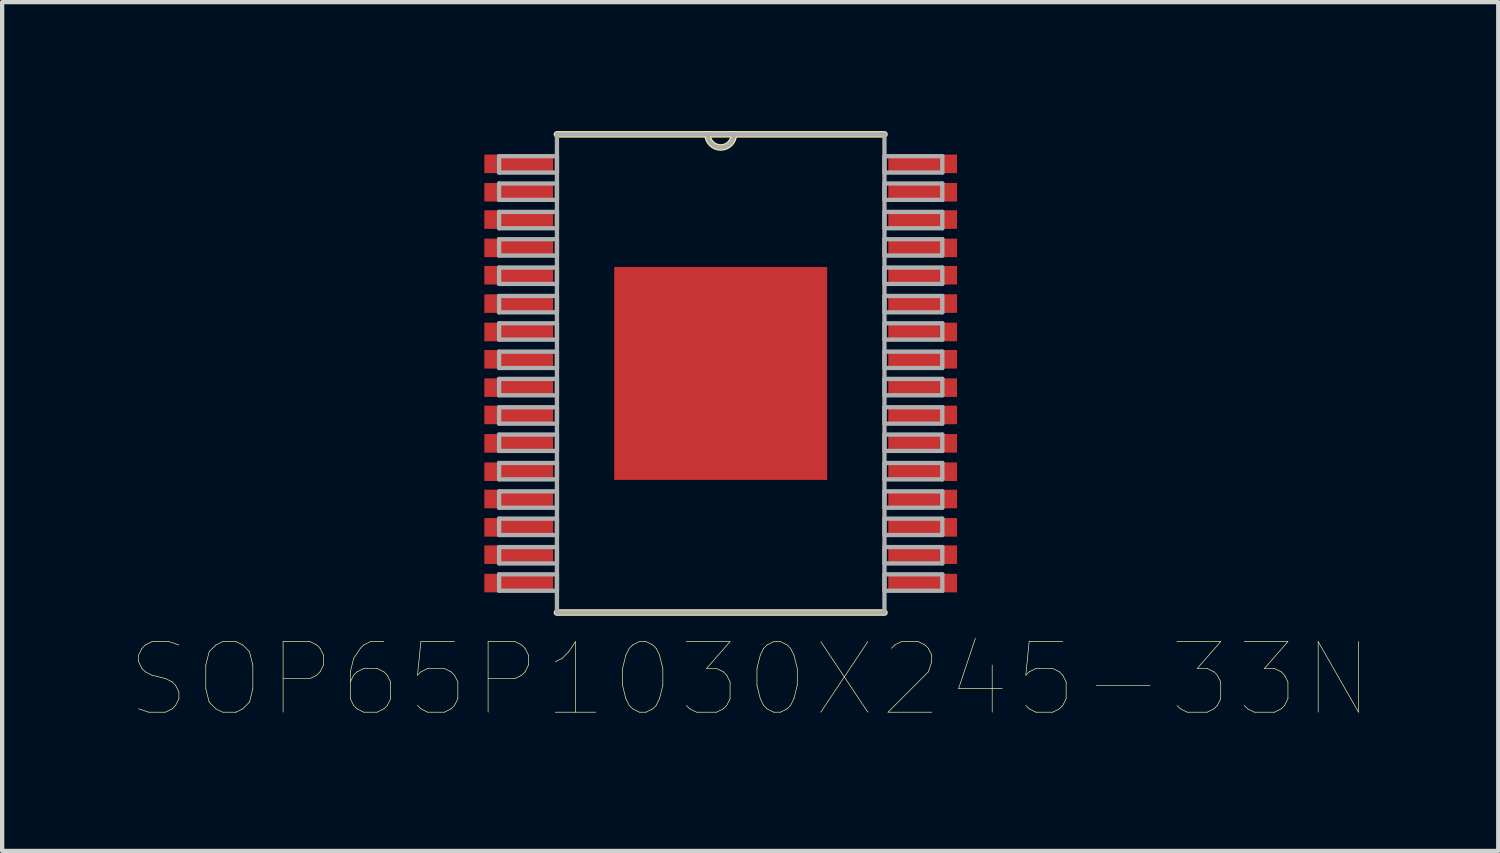
<source format=kicad_pcb>
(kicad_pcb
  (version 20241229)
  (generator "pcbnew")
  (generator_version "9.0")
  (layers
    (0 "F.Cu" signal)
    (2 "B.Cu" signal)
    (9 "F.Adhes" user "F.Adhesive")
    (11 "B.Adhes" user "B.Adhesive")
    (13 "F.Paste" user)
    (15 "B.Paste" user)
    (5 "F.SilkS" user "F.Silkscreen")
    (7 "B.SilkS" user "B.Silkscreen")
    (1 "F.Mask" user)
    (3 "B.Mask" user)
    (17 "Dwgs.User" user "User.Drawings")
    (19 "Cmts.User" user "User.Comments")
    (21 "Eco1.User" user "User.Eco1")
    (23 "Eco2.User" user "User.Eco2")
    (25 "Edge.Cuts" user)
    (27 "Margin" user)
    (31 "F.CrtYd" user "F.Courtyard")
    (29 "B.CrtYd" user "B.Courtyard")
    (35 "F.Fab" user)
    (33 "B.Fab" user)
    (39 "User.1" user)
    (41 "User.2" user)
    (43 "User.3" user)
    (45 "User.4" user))
  (footprint "SOP65P1030X245-33N"
    (layer "F.Cu")
    (at 13.718 5.639)
    (property "Reference" "SOP65P1030X245-33N" (at 0.687 7.122 0) (layer "F.SilkS") (effects (font (size 1.642 1.642) (thickness 0.015))))
    (attr through_hole)
    (fp_line (start -3.81 5.563) (end 3.81 5.563) (stroke (width 0.152) (type solid)) (layer "F.SilkS"))
    (fp_line (start -0.305 -5.563) (end -3.81 -5.563) (stroke (width 0.152) (type solid)) (layer "F.SilkS"))
    (fp_line (start 0.305 -5.563) (end -0.305 -5.563) (stroke (width 0.152) (type solid)) (layer "F.SilkS"))
    (fp_line (start 3.81 -5.563) (end 0.305 -5.563) (stroke (width 0.152) (type solid)) (layer "F.SilkS"))
    (fp_arc (start 0.3048 -5.5626) (mid 0 -5.2578) (end -0.3048 -5.5626) (stroke (width 0.1524) (type solid)) (layer "F.SilkS"))
    (fp_line (start -5.156 -5.055) (end -5.156 -4.674) (stroke (width 0.1) (type solid)) (layer "F.Fab"))
    (fp_line (start -5.156 -4.674) (end -3.81 -4.674) (stroke (width 0.1) (type solid)) (layer "F.Fab"))
    (fp_line (start -5.156 -4.42) (end -5.156 -4.039) (stroke (width 0.1) (type solid)) (layer "F.Fab"))
    (fp_line (start -5.156 -4.039) (end -3.81 -4.039) (stroke (width 0.1) (type solid)) (layer "F.Fab"))
    (fp_line (start -5.156 -3.759) (end -5.156 -3.378) (stroke (width 0.1) (type solid)) (layer "F.Fab"))
    (fp_line (start -5.156 -3.378) (end -3.81 -3.378) (stroke (width 0.1) (type solid)) (layer "F.Fab"))
    (fp_line (start -5.156 -3.124) (end -5.156 -2.743) (stroke (width 0.1) (type solid)) (layer "F.Fab"))
    (fp_line (start -5.156 -2.743) (end -3.81 -2.743) (stroke (width 0.1) (type solid)) (layer "F.Fab"))
    (fp_line (start -5.156 -2.464) (end -5.156 -2.083) (stroke (width 0.1) (type solid)) (layer "F.Fab"))
    (fp_line (start -5.156 -2.083) (end -3.81 -2.083) (stroke (width 0.1) (type solid)) (layer "F.Fab"))
    (fp_line (start -5.156 -1.803) (end -5.156 -1.422) (stroke (width 0.1) (type solid)) (layer "F.Fab"))
    (fp_line (start -5.156 -1.422) (end -3.81 -1.422) (stroke (width 0.1) (type solid)) (layer "F.Fab"))
    (fp_line (start -5.156 -1.168) (end -5.156 -0.787) (stroke (width 0.1) (type solid)) (layer "F.Fab"))
    (fp_line (start -5.156 -0.787) (end -3.81 -0.787) (stroke (width 0.1) (type solid)) (layer "F.Fab"))
    (fp_line (start -5.156 -0.508) (end -5.156 -0.127) (stroke (width 0.1) (type solid)) (layer "F.Fab"))
    (fp_line (start -5.156 -0.127) (end -3.81 -0.127) (stroke (width 0.1) (type solid)) (layer "F.Fab"))
    (fp_line (start -5.156 0.127) (end -5.156 0.508) (stroke (width 0.1) (type solid)) (layer "F.Fab"))
    (fp_line (start -5.156 0.508) (end -3.81 0.508) (stroke (width 0.1) (type solid)) (layer "F.Fab"))
    (fp_line (start -5.156 0.787) (end -5.156 1.168) (stroke (width 0.1) (type solid)) (layer "F.Fab"))
    (fp_line (start -5.156 1.168) (end -3.81 1.168) (stroke (width 0.1) (type solid)) (layer "F.Fab"))
    (fp_line (start -5.156 1.422) (end -5.156 1.803) (stroke (width 0.1) (type solid)) (layer "F.Fab"))
    (fp_line (start -5.156 1.803) (end -3.81 1.803) (stroke (width 0.1) (type solid)) (layer "F.Fab"))
    (fp_line (start -5.156 2.083) (end -5.156 2.464) (stroke (width 0.1) (type solid)) (layer "F.Fab"))
    (fp_line (start -5.156 2.464) (end -3.81 2.464) (stroke (width 0.1) (type solid)) (layer "F.Fab"))
    (fp_line (start -5.156 2.743) (end -5.156 3.124) (stroke (width 0.1) (type solid)) (layer "F.Fab"))
    (fp_line (start -5.156 3.124) (end -3.81 3.124) (stroke (width 0.1) (type solid)) (layer "F.Fab"))
    (fp_line (start -5.156 3.378) (end -5.156 3.759) (stroke (width 0.1) (type solid)) (layer "F.Fab"))
    (fp_line (start -5.156 3.759) (end -3.81 3.759) (stroke (width 0.1) (type solid)) (layer "F.Fab"))
    (fp_line (start -5.156 4.039) (end -5.156 4.42) (stroke (width 0.1) (type solid)) (layer "F.Fab"))
    (fp_line (start -5.156 4.42) (end -3.81 4.42) (stroke (width 0.1) (type solid)) (layer "F.Fab"))
    (fp_line (start -5.156 4.674) (end -5.156 5.055) (stroke (width 0.1) (type solid)) (layer "F.Fab"))
    (fp_line (start -5.156 5.055) (end -3.81 5.055) (stroke (width 0.1) (type solid)) (layer "F.Fab"))
    (fp_line (start -3.81 -5.563) (end -3.81 5.563) (stroke (width 0.1) (type solid)) (layer "F.Fab"))
    (fp_line (start -3.81 -5.055) (end -5.156 -5.055) (stroke (width 0.1) (type solid)) (layer "F.Fab"))
    (fp_line (start -3.81 -4.674) (end -3.81 -5.055) (stroke (width 0.1) (type solid)) (layer "F.Fab"))
    (fp_line (start -3.81 -4.42) (end -5.156 -4.42) (stroke (width 0.1) (type solid)) (layer "F.Fab"))
    (fp_line (start -3.81 -4.039) (end -3.81 -4.42) (stroke (width 0.1) (type solid)) (layer "F.Fab"))
    (fp_line (start -3.81 -3.759) (end -5.156 -3.759) (stroke (width 0.1) (type solid)) (layer "F.Fab"))
    (fp_line (start -3.81 -3.378) (end -3.81 -3.759) (stroke (width 0.1) (type solid)) (layer "F.Fab"))
    (fp_line (start -3.81 -3.124) (end -5.156 -3.124) (stroke (width 0.1) (type solid)) (layer "F.Fab"))
    (fp_line (start -3.81 -2.743) (end -3.81 -3.124) (stroke (width 0.1) (type solid)) (layer "F.Fab"))
    (fp_line (start -3.81 -2.464) (end -5.156 -2.464) (stroke (width 0.1) (type solid)) (layer "F.Fab"))
    (fp_line (start -3.81 -2.083) (end -3.81 -2.464) (stroke (width 0.1) (type solid)) (layer "F.Fab"))
    (fp_line (start -3.81 -1.803) (end -5.156 -1.803) (stroke (width 0.1) (type solid)) (layer "F.Fab"))
    (fp_line (start -3.81 -1.422) (end -3.81 -1.803) (stroke (width 0.1) (type solid)) (layer "F.Fab"))
    (fp_line (start -3.81 -1.168) (end -5.156 -1.168) (stroke (width 0.1) (type solid)) (layer "F.Fab"))
    (fp_line (start -3.81 -0.787) (end -3.81 -1.168) (stroke (width 0.1) (type solid)) (layer "F.Fab"))
    (fp_line (start -3.81 -0.508) (end -5.156 -0.508) (stroke (width 0.1) (type solid)) (layer "F.Fab"))
    (fp_line (start -3.81 -0.127) (end -3.81 -0.508) (stroke (width 0.1) (type solid)) (layer "F.Fab"))
    (fp_line (start -3.81 0.127) (end -5.156 0.127) (stroke (width 0.1) (type solid)) (layer "F.Fab"))
    (fp_line (start -3.81 0.508) (end -3.81 0.127) (stroke (width 0.1) (type solid)) (layer "F.Fab"))
    (fp_line (start -3.81 0.787) (end -5.156 0.787) (stroke (width 0.1) (type solid)) (layer "F.Fab"))
    (fp_line (start -3.81 1.168) (end -3.81 0.787) (stroke (width 0.1) (type solid)) (layer "F.Fab"))
    (fp_line (start -3.81 1.422) (end -5.156 1.422) (stroke (width 0.1) (type solid)) (layer "F.Fab"))
    (fp_line (start -3.81 1.803) (end -3.81 1.422) (stroke (width 0.1) (type solid)) (layer "F.Fab"))
    (fp_line (start -3.81 2.083) (end -5.156 2.083) (stroke (width 0.1) (type solid)) (layer "F.Fab"))
    (fp_line (start -3.81 2.464) (end -3.81 2.083) (stroke (width 0.1) (type solid)) (layer "F.Fab"))
    (fp_line (start -3.81 2.743) (end -5.156 2.743) (stroke (width 0.1) (type solid)) (layer "F.Fab"))
    (fp_line (start -3.81 3.124) (end -3.81 2.743) (stroke (width 0.1) (type solid)) (layer "F.Fab"))
    (fp_line (start -3.81 3.378) (end -5.156 3.378) (stroke (width 0.1) (type solid)) (layer "F.Fab"))
    (fp_line (start -3.81 3.759) (end -3.81 3.378) (stroke (width 0.1) (type solid)) (layer "F.Fab"))
    (fp_line (start -3.81 4.039) (end -5.156 4.039) (stroke (width 0.1) (type solid)) (layer "F.Fab"))
    (fp_line (start -3.81 4.42) (end -3.81 4.039) (stroke (width 0.1) (type solid)) (layer "F.Fab"))
    (fp_line (start -3.81 4.674) (end -5.156 4.674) (stroke (width 0.1) (type solid)) (layer "F.Fab"))
    (fp_line (start -3.81 5.055) (end -3.81 4.674) (stroke (width 0.1) (type solid)) (layer "F.Fab"))
    (fp_line (start -3.81 5.563) (end 3.81 5.563) (stroke (width 0.1) (type solid)) (layer "F.Fab"))
    (fp_line (start -0.305 -5.563) (end -3.81 -5.563) (stroke (width 0.1) (type solid)) (layer "F.Fab"))
    (fp_line (start 0.305 -5.563) (end -0.305 -5.563) (stroke (width 0.1) (type solid)) (layer "F.Fab"))
    (fp_line (start 3.81 -5.563) (end 0.305 -5.563) (stroke (width 0.1) (type solid)) (layer "F.Fab"))
    (fp_line (start 3.81 -5.055) (end 3.81 -4.674) (stroke (width 0.1) (type solid)) (layer "F.Fab"))
    (fp_line (start 3.81 -4.674) (end 5.156 -4.674) (stroke (width 0.1) (type solid)) (layer "F.Fab"))
    (fp_line (start 3.81 -4.42) (end 3.81 -4.039) (stroke (width 0.1) (type solid)) (layer "F.Fab"))
    (fp_line (start 3.81 -4.039) (end 5.156 -4.039) (stroke (width 0.1) (type solid)) (layer "F.Fab"))
    (fp_line (start 3.81 -3.759) (end 3.81 -3.378) (stroke (width 0.1) (type solid)) (layer "F.Fab"))
    (fp_line (start 3.81 -3.378) (end 5.156 -3.378) (stroke (width 0.1) (type solid)) (layer "F.Fab"))
    (fp_line (start 3.81 -3.124) (end 3.81 -2.743) (stroke (width 0.1) (type solid)) (layer "F.Fab"))
    (fp_line (start 3.81 -2.743) (end 5.156 -2.743) (stroke (width 0.1) (type solid)) (layer "F.Fab"))
    (fp_line (start 3.81 -2.464) (end 3.81 -2.083) (stroke (width 0.1) (type solid)) (layer "F.Fab"))
    (fp_line (start 3.81 -2.083) (end 5.156 -2.083) (stroke (width 0.1) (type solid)) (layer "F.Fab"))
    (fp_line (start 3.81 -1.803) (end 3.81 -1.422) (stroke (width 0.1) (type solid)) (layer "F.Fab"))
    (fp_line (start 3.81 -1.422) (end 5.156 -1.422) (stroke (width 0.1) (type solid)) (layer "F.Fab"))
    (fp_line (start 3.81 -1.168) (end 3.81 -0.787) (stroke (width 0.1) (type solid)) (layer "F.Fab"))
    (fp_line (start 3.81 -0.787) (end 5.156 -0.787) (stroke (width 0.1) (type solid)) (layer "F.Fab"))
    (fp_line (start 3.81 -0.508) (end 3.81 -0.127) (stroke (width 0.1) (type solid)) (layer "F.Fab"))
    (fp_line (start 3.81 -0.127) (end 5.156 -0.127) (stroke (width 0.1) (type solid)) (layer "F.Fab"))
    (fp_line (start 3.81 0.127) (end 3.81 0.508) (stroke (width 0.1) (type solid)) (layer "F.Fab"))
    (fp_line (start 3.81 0.508) (end 5.156 0.508) (stroke (width 0.1) (type solid)) (layer "F.Fab"))
    (fp_line (start 3.81 0.787) (end 3.81 1.168) (stroke (width 0.1) (type solid)) (layer "F.Fab"))
    (fp_line (start 3.81 1.168) (end 5.156 1.168) (stroke (width 0.1) (type solid)) (layer "F.Fab"))
    (fp_line (start 3.81 1.422) (end 3.81 1.803) (stroke (width 0.1) (type solid)) (layer "F.Fab"))
    (fp_line (start 3.81 1.803) (end 5.156 1.803) (stroke (width 0.1) (type solid)) (layer "F.Fab"))
    (fp_line (start 3.81 2.083) (end 3.81 2.464) (stroke (width 0.1) (type solid)) (layer "F.Fab"))
    (fp_line (start 3.81 2.464) (end 5.156 2.464) (stroke (width 0.1) (type solid)) (layer "F.Fab"))
    (fp_line (start 3.81 2.743) (end 3.81 3.124) (stroke (width 0.1) (type solid)) (layer "F.Fab"))
    (fp_line (start 3.81 3.124) (end 5.156 3.124) (stroke (width 0.1) (type solid)) (layer "F.Fab"))
    (fp_line (start 3.81 3.378) (end 3.81 3.759) (stroke (width 0.1) (type solid)) (layer "F.Fab"))
    (fp_line (start 3.81 3.759) (end 5.156 3.759) (stroke (width 0.1) (type solid)) (layer "F.Fab"))
    (fp_line (start 3.81 4.039) (end 3.81 4.42) (stroke (width 0.1) (type solid)) (layer "F.Fab"))
    (fp_line (start 3.81 4.42) (end 5.156 4.42) (stroke (width 0.1) (type solid)) (layer "F.Fab"))
    (fp_line (start 3.81 4.674) (end 3.81 5.055) (stroke (width 0.1) (type solid)) (layer "F.Fab"))
    (fp_line (start 3.81 5.055) (end 5.156 5.055) (stroke (width 0.1) (type solid)) (layer "F.Fab"))
    (fp_line (start 3.81 5.563) (end 3.81 -5.563) (stroke (width 0.1) (type solid)) (layer "F.Fab"))
    (fp_line (start 5.156 -5.055) (end 3.81 -5.055) (stroke (width 0.1) (type solid)) (layer "F.Fab"))
    (fp_line (start 5.156 -4.674) (end 5.156 -5.055) (stroke (width 0.1) (type solid)) (layer "F.Fab"))
    (fp_line (start 5.156 -4.42) (end 3.81 -4.42) (stroke (width 0.1) (type solid)) (layer "F.Fab"))
    (fp_line (start 5.156 -4.039) (end 5.156 -4.42) (stroke (width 0.1) (type solid)) (layer "F.Fab"))
    (fp_line (start 5.156 -3.759) (end 3.81 -3.759) (stroke (width 0.1) (type solid)) (layer "F.Fab"))
    (fp_line (start 5.156 -3.378) (end 5.156 -3.759) (stroke (width 0.1) (type solid)) (layer "F.Fab"))
    (fp_line (start 5.156 -3.124) (end 3.81 -3.124) (stroke (width 0.1) (type solid)) (layer "F.Fab"))
    (fp_line (start 5.156 -2.743) (end 5.156 -3.124) (stroke (width 0.1) (type solid)) (layer "F.Fab"))
    (fp_line (start 5.156 -2.464) (end 3.81 -2.464) (stroke (width 0.1) (type solid)) (layer "F.Fab"))
    (fp_line (start 5.156 -2.083) (end 5.156 -2.464) (stroke (width 0.1) (type solid)) (layer "F.Fab"))
    (fp_line (start 5.156 -1.803) (end 3.81 -1.803) (stroke (width 0.1) (type solid)) (layer "F.Fab"))
    (fp_line (start 5.156 -1.422) (end 5.156 -1.803) (stroke (width 0.1) (type solid)) (layer "F.Fab"))
    (fp_line (start 5.156 -1.168) (end 3.81 -1.168) (stroke (width 0.1) (type solid)) (layer "F.Fab"))
    (fp_line (start 5.156 -0.787) (end 5.156 -1.168) (stroke (width 0.1) (type solid)) (layer "F.Fab"))
    (fp_line (start 5.156 -0.508) (end 3.81 -0.508) (stroke (width 0.1) (type solid)) (layer "F.Fab"))
    (fp_line (start 5.156 -0.127) (end 5.156 -0.508) (stroke (width 0.1) (type solid)) (layer "F.Fab"))
    (fp_line (start 5.156 0.127) (end 3.81 0.127) (stroke (width 0.1) (type solid)) (layer "F.Fab"))
    (fp_line (start 5.156 0.508) (end 5.156 0.127) (stroke (width 0.1) (type solid)) (layer "F.Fab"))
    (fp_line (start 5.156 0.787) (end 3.81 0.787) (stroke (width 0.1) (type solid)) (layer "F.Fab"))
    (fp_line (start 5.156 1.168) (end 5.156 0.787) (stroke (width 0.1) (type solid)) (layer "F.Fab"))
    (fp_line (start 5.156 1.422) (end 3.81 1.422) (stroke (width 0.1) (type solid)) (layer "F.Fab"))
    (fp_line (start 5.156 1.803) (end 5.156 1.422) (stroke (width 0.1) (type solid)) (layer "F.Fab"))
    (fp_line (start 5.156 2.083) (end 3.81 2.083) (stroke (width 0.1) (type solid)) (layer "F.Fab"))
    (fp_line (start 5.156 2.464) (end 5.156 2.083) (stroke (width 0.1) (type solid)) (layer "F.Fab"))
    (fp_line (start 5.156 2.743) (end 3.81 2.743) (stroke (width 0.1) (type solid)) (layer "F.Fab"))
    (fp_line (start 5.156 3.124) (end 5.156 2.743) (stroke (width 0.1) (type solid)) (layer "F.Fab"))
    (fp_line (start 5.156 3.378) (end 3.81 3.378) (stroke (width 0.1) (type solid)) (layer "F.Fab"))
    (fp_line (start 5.156 3.759) (end 5.156 3.378) (stroke (width 0.1) (type solid)) (layer "F.Fab"))
    (fp_line (start 5.156 4.039) (end 3.81 4.039) (stroke (width 0.1) (type solid)) (layer "F.Fab"))
    (fp_line (start 5.156 4.42) (end 5.156 4.039) (stroke (width 0.1) (type solid)) (layer "F.Fab"))
    (fp_line (start 5.156 4.674) (end 3.81 4.674) (stroke (width 0.1) (type solid)) (layer "F.Fab"))
    (fp_line (start 5.156 5.055) (end 5.156 4.674) (stroke (width 0.1) (type solid)) (layer "F.Fab"))
    (fp_arc (start 0.3048 -5.5626) (mid 0 -5.2578) (end -0.3048 -5.5626) (stroke (width 0.1) (type solid)) (layer "F.Fab"))
    (pad "1" smd rect (at -4.699 -4.877) (size 1.6 0.432) (layers "F.Cu" "F.Mask" "F.Paste"))
    (pad "2" smd rect (at -4.699 -4.216) (size 1.6 0.432) (layers "F.Cu" "F.Mask" "F.Paste"))
    (pad "3" smd rect (at -4.699 -3.581) (size 1.6 0.432) (layers "F.Cu" "F.Mask" "F.Paste"))
    (pad "4" smd rect (at -4.699 -2.921) (size 1.6 0.432) (layers "F.Cu" "F.Mask" "F.Paste"))
    (pad "5" smd rect (at -4.699 -2.286) (size 1.6 0.432) (layers "F.Cu" "F.Mask" "F.Paste"))
    (pad "6" smd rect (at -4.699 -1.626) (size 1.6 0.432) (layers "F.Cu" "F.Mask" "F.Paste"))
    (pad "7" smd rect (at -4.699 -0.965) (size 1.6 0.432) (layers "F.Cu" "F.Mask" "F.Paste"))
    (pad "8" smd rect (at -4.699 -0.33) (size 1.6 0.432) (layers "F.Cu" "F.Mask" "F.Paste"))
    (pad "9" smd rect (at -4.699 0.33) (size 1.6 0.432) (layers "F.Cu" "F.Mask" "F.Paste"))
    (pad "10" smd rect (at -4.699 0.965) (size 1.6 0.432) (layers "F.Cu" "F.Mask" "F.Paste"))
    (pad "11" smd rect (at -4.699 1.626) (size 1.6 0.432) (layers "F.Cu" "F.Mask" "F.Paste"))
    (pad "12" smd rect (at -4.699 2.286) (size 1.6 0.432) (layers "F.Cu" "F.Mask" "F.Paste"))
    (pad "13" smd rect (at -4.699 2.921) (size 1.6 0.432) (layers "F.Cu" "F.Mask" "F.Paste"))
    (pad "14" smd rect (at -4.699 3.581) (size 1.6 0.432) (layers "F.Cu" "F.Mask" "F.Paste"))
    (pad "15" smd rect (at -4.699 4.216) (size 1.6 0.432) (layers "F.Cu" "F.Mask" "F.Paste"))
    (pad "16" smd rect (at -4.699 4.877) (size 1.6 0.432) (layers "F.Cu" "F.Mask" "F.Paste"))
    (pad "17" smd rect (at 4.699 4.877) (size 1.6 0.432) (layers "F.Cu" "F.Mask" "F.Paste"))
    (pad "18" smd rect (at 4.699 4.216) (size 1.6 0.432) (layers "F.Cu" "F.Mask" "F.Paste"))
    (pad "19" smd rect (at 4.699 3.581) (size 1.6 0.432) (layers "F.Cu" "F.Mask" "F.Paste"))
    (pad "20" smd rect (at 4.699 2.921) (size 1.6 0.432) (layers "F.Cu" "F.Mask" "F.Paste"))
    (pad "21" smd rect (at 4.699 2.286) (size 1.6 0.432) (layers "F.Cu" "F.Mask" "F.Paste"))
    (pad "22" smd rect (at 4.699 1.626) (size 1.6 0.432) (layers "F.Cu" "F.Mask" "F.Paste"))
    (pad "23" smd rect (at 4.699 0.965) (size 1.6 0.432) (layers "F.Cu" "F.Mask" "F.Paste"))
    (pad "24" smd rect (at 4.699 0.33) (size 1.6 0.432) (layers "F.Cu" "F.Mask" "F.Paste"))
    (pad "25" smd rect (at 4.699 -0.33) (size 1.6 0.432) (layers "F.Cu" "F.Mask" "F.Paste"))
    (pad "26" smd rect (at 4.699 -0.965) (size 1.6 0.432) (layers "F.Cu" "F.Mask" "F.Paste"))
    (pad "27" smd rect (at 4.699 -1.626) (size 1.6 0.432) (layers "F.Cu" "F.Mask" "F.Paste"))
    (pad "28" smd rect (at 4.699 -2.286) (size 1.6 0.432) (layers "F.Cu" "F.Mask" "F.Paste"))
    (pad "29" smd rect (at 4.699 -2.921) (size 1.6 0.432) (layers "F.Cu" "F.Mask" "F.Paste"))
    (pad "30" smd rect (at 4.699 -3.581) (size 1.6 0.432) (layers "F.Cu" "F.Mask" "F.Paste"))
    (pad "31" smd rect (at 4.699 -4.216) (size 1.6 0.432) (layers "F.Cu" "F.Mask" "F.Paste"))
    (pad "32" smd rect (at 4.699 -4.877) (size 1.6 0.432) (layers "F.Cu" "F.Mask" "F.Paste"))
    (pad "33" smd rect (at 0 0) (size 4.953 4.953) (layers "F.Cu" "F.Mask" "F.Paste")))
  (gr_rect
    (start -3 -3)
    (end 31.809 16.748)
    (stroke (width 0.1) (type default))
    (fill no)
    (layer "Edge.Cuts")))
</source>
